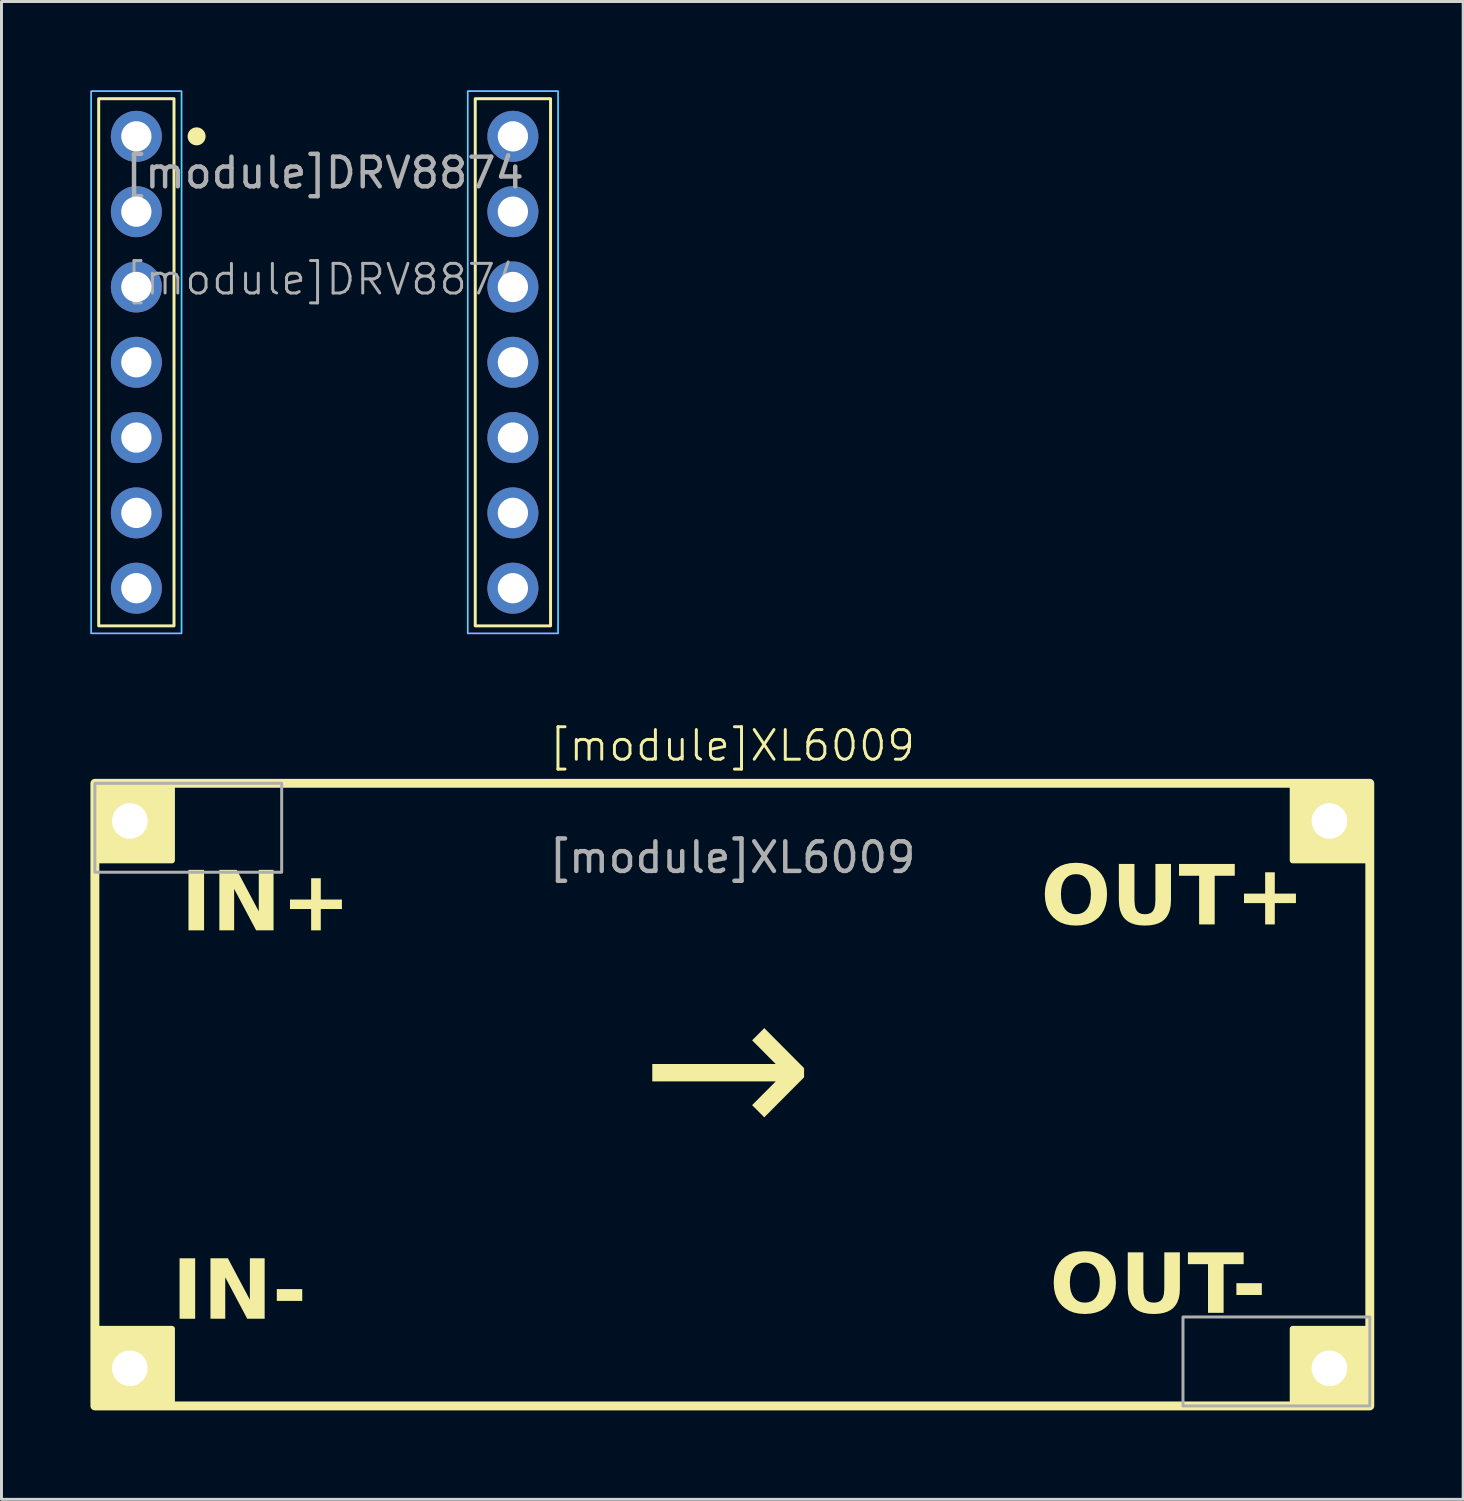
<source format=kicad_pcb>
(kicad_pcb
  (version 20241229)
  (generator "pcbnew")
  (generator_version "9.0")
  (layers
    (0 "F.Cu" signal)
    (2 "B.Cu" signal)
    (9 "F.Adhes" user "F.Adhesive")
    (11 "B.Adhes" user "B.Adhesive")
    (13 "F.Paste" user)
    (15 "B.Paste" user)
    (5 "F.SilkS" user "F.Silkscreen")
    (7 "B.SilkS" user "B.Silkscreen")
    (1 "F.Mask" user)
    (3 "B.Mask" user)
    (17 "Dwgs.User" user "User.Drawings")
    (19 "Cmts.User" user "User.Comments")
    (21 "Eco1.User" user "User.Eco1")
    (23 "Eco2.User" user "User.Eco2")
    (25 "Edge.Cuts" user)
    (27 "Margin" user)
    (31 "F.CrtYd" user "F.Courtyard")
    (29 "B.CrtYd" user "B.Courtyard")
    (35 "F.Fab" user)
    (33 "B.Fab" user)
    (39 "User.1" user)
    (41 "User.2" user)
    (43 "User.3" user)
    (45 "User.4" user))
  (footprint "[module]DRV8874"
    (layer "F.Cu")
    (at 7.899 0.279)
    (property "Reference" "[module]DRV8874" (at 0 6.096 0) (unlocked yes) (layer "F.Fab") (effects (font (size 1 1) (thickness 0.1))))
    (attr through_hole)
    (fp_rect (start -7.62 0) (end -5.08 17.78) (stroke (width 0.1) (type default)) (fill no) (layer "F.SilkS"))
    (fp_rect (start 7.62 0) (end 5.08 17.78) (stroke (width 0.1) (type default)) (fill no) (layer "F.SilkS"))
    (fp_circle (center -4.318 1.27) (end -4.064 1.27) (stroke (width 0.1) (type solid)) (fill yes) (layer "F.SilkS"))
    (fp_rect (start -7.874 -0.254) (end -4.826 18.034) (stroke (width 0.05) (type default)) (fill no) (layer "B.CrtYd"))
    (fp_rect (start 7.874 -0.254) (end 4.826 18.034) (stroke (width 0.05) (type default)) (fill no) (layer "B.CrtYd"))
    (fp_rect (start -7.874 18.034) (end -4.826 -0.254) (stroke (width 0.05) (type default)) (fill no) (layer "F.CrtYd"))
    (fp_rect (start 4.826 -0.254) (end 7.874 18.034) (stroke (width 0.05) (type default)) (fill no) (layer "F.CrtYd"))
    (fp_text user "${REFERENCE}" (at 0 2.5 0) (unlocked yes) (layer "F.Fab") (effects (font (size 1 1) (thickness 0.15))))
    (pad "1" thru_hole circle (at -6.35 1.27) (size 1.72 1.72) (drill 1.02) (layers "*.Cu" "*.Mask"))
    (pad "2" thru_hole circle (at -6.35 3.81) (size 1.72 1.72) (drill 1.02) (layers "*.Cu" "*.Mask"))
    (pad "3" thru_hole circle (at -6.35 6.35) (size 1.72 1.72) (drill 1.02) (layers "*.Cu" "*.Mask"))
    (pad "4" thru_hole circle (at -6.35 8.89) (size 1.72 1.72) (drill 1.02) (layers "*.Cu" "*.Mask"))
    (pad "5" thru_hole circle (at -6.35 11.43) (size 1.72 1.72) (drill 1.02) (layers "*.Cu" "*.Mask"))
    (pad "6" thru_hole circle (at -6.35 13.97) (size 1.72 1.72) (drill 1.02) (layers "*.Cu" "*.Mask"))
    (pad "7" thru_hole circle (at -6.35 16.51) (size 1.72 1.72) (drill 1.02) (layers "*.Cu" "*.Mask"))
    (pad "8" thru_hole circle (at 6.35 16.51) (size 1.72 1.72) (drill 1.02) (layers "*.Cu" "*.Mask"))
    (pad "9" thru_hole circle (at 6.35 13.97) (size 1.72 1.72) (drill 1.02) (layers "*.Cu" "*.Mask"))
    (pad "10" thru_hole circle (at 6.35 11.43) (size 1.72 1.72) (drill 1.02) (layers "*.Cu" "*.Mask"))
    (pad "11" thru_hole circle (at 6.35 8.89) (size 1.72 1.72) (drill 1.02) (layers "*.Cu" "*.Mask"))
    (pad "12" thru_hole circle (at 6.35 6.35) (size 1.72 1.72) (drill 1.02) (layers "*.Cu" "*.Mask"))
    (pad "13" thru_hole circle (at 6.35 3.81) (size 1.72 1.72) (drill 1.02) (layers "*.Cu" "*.Mask"))
    (pad "14" thru_hole circle (at 6.35 1.27) (size 1.72 1.72) (drill 1.02) (layers "*.Cu" "*.Mask")))
  (footprint "[module]XL6009"
    (layer "F.Cu")
    (at 21.65 23.369)
    (property "Reference" "[module]XL6009" (at 0 -1.27 0) (unlocked yes) (layer "F.SilkS") (effects (font (size 1 1) (thickness 0.1))))
    (attr through_hole)
    (fp_rect (start -21.5 0) (end -18.9 2.6) (stroke (width 0.2) (type solid)) (fill yes) (layer "F.SilkS"))
    (fp_rect (start -21.5 0) (end 21.5 21) (stroke (width 0.3) (type default)) (fill no) (layer "F.SilkS"))
    (fp_rect (start -21.5 18.4) (end -18.9 21) (stroke (width 0.2) (type solid)) (fill yes) (layer "F.SilkS"))
    (fp_rect (start 18.9 0) (end 21.5 2.6) (stroke (width 0.2) (type solid)) (fill yes) (layer "F.SilkS"))
    (fp_rect (start 18.9 18.4) (end 21.5 21) (stroke (width 0.2) (type solid)) (fill yes) (layer "F.SilkS"))
    (fp_rect (start -21.5 0) (end -15.2 3) (stroke (width 0.1) (type default)) (fill no) (layer "F.Fab"))
    (fp_rect (start 15.2 18) (end 21.5 21) (stroke (width 0.1) (type default)) (fill no) (layer "F.Fab"))
    (fp_text user "OUT-" (at 10.7 18.2 0) (unlocked yes) (layer "F.SilkS") (effects (font (face "Arial Black") (size 2 2) (thickness 0.1)) (justify left bottom)))
    (fp_text user "OUT+" (at 10.4 5.1 0) (unlocked yes) (layer "F.SilkS") (effects (font (face "Arial Black") (size 2 2) (thickness 0.1)) (justify left bottom)))
    (fp_text user "IN-" (at -18.9 18.4 0) (unlocked yes) (layer "F.SilkS") (effects (font (face "Arial Black") (size 2 2) (thickness 0.1)) (justify left bottom)))
    (fp_text user "→" (at -3.1 12.8 0) (unlocked yes) (layer "F.SilkS") (effects (font (face "Arial") (size 5 5) (thickness 0.1)) (justify left bottom)))
    (fp_text user "IN+" (at -18.6 5.3 0) (unlocked yes) (layer "F.SilkS") (effects (font (face "Arial Black") (size 2 2) (thickness 0.1)) (justify left bottom)))
    (fp_text user "${REFERENCE}" (at 0 2.5 0) (unlocked yes) (layer "F.Fab") (effects (font (size 1 1) (thickness 0.15))))
    (pad "1" thru_hole circle (at -20.32 1.27) (size 2 2) (drill 1.2) (layers "*.Cu" "*.Mask"))
    (pad "2" thru_hole circle (at -20.32 19.73) (size 2 2) (drill 1.2) (layers "*.Cu" "*.Mask"))
    (pad "3" thru_hole circle (at 20.14 1.27) (size 2 2) (drill 1.2) (layers "*.Cu" "*.Mask"))
    (pad "4" thru_hole circle (at 20.14 19.73) (size 2 2) (drill 1.2) (layers "*.Cu" "*.Mask")))
  (gr_rect
    (start -3 -3)
    (end 46.3 47.519)
    (stroke (width 0.1) (type default))
    (fill no)
    (layer "Edge.Cuts")))
</source>
